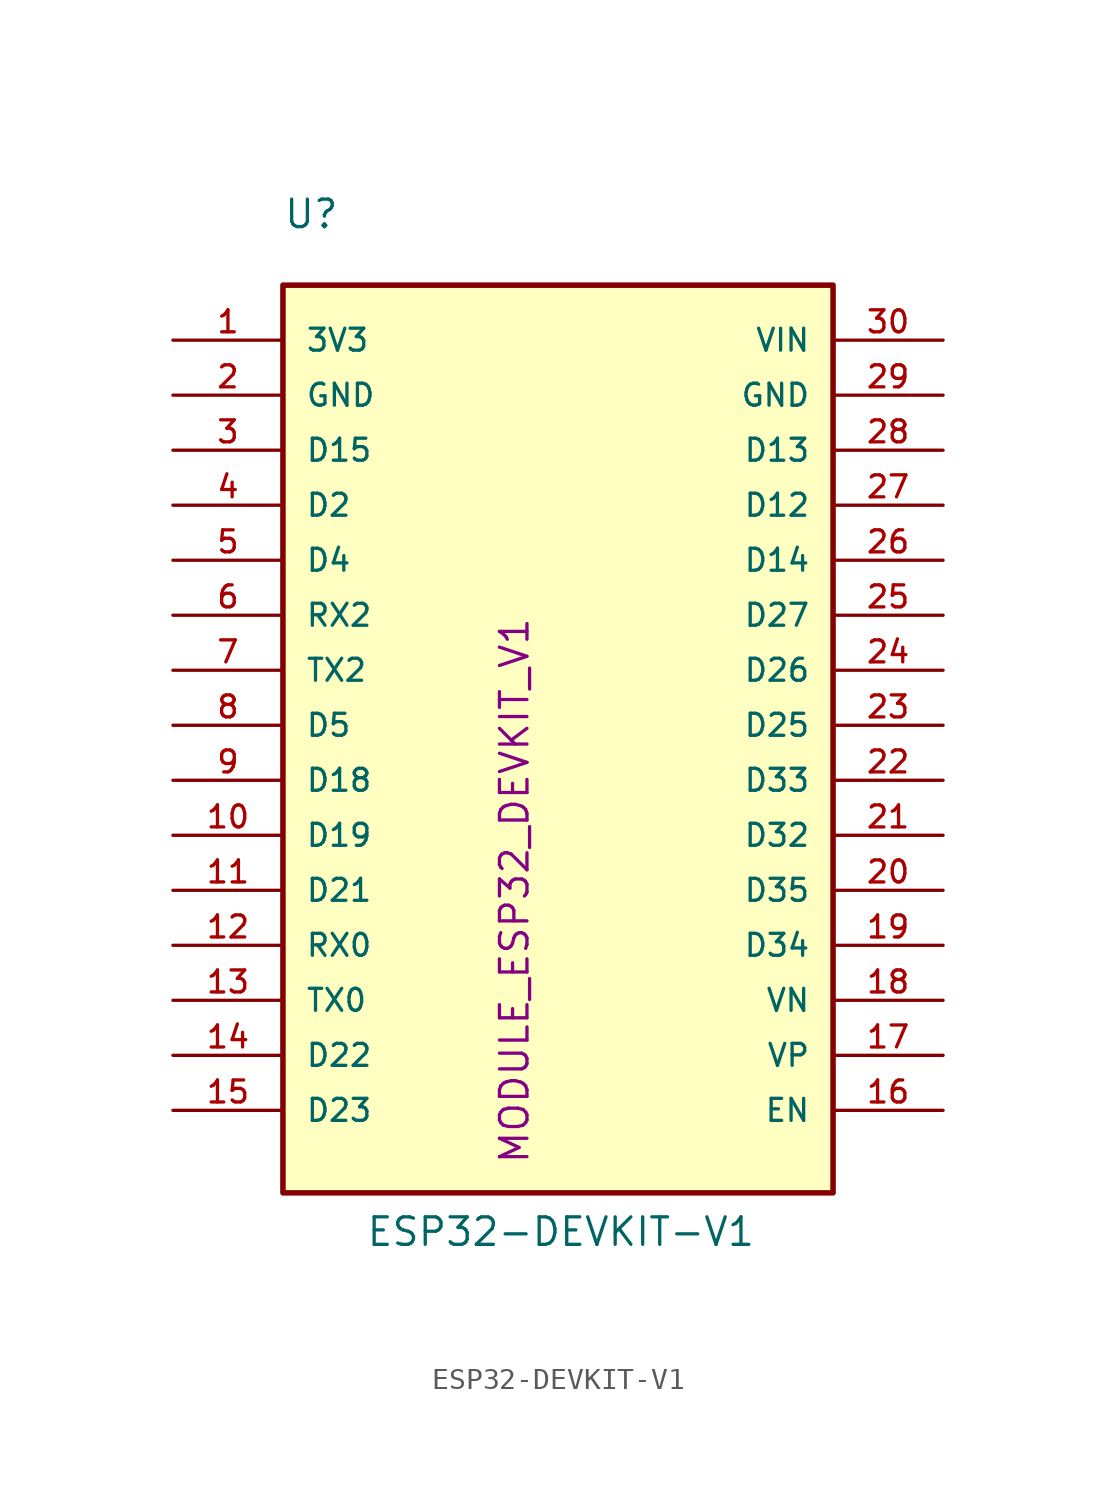
<source format=kicad_sym>
(kicad_symbol_lib
  (version 20211014)
  (generator kicad_symbol_editor)
  (symbol "ESP32-DEVKIT-V1"
    (pin_names
      (offset 1.016))
    (property "Reference" "U"
      (at -12.7 22.86 0)
      (effects (font (size 1.27 1.27)) (justify left bottom)))
    (property "Value" "ESP32-DEVKIT-V1"
      (at -8.89 -24.13 0)
      (effects (font (size 1.27 1.27)) (justify left bottom)))
    (property "Footprint" "MODULE_ESP32_DEVKIT_V1"
      (at -1.27 -20.32 90)
      (effects (font (size 1.27 1.27)) (justify left bottom)))
    (symbol "ESP32-DEVKIT-V1_0_0"
      (rectangle (start -12.7 20.32) (end 12.7 -21.59) (stroke (width 0.254) (type default) (color 0 0 0 0)) (fill (type background)))
      (pin output line (at -17.78 17.78 0) (length 5.08) (name "3V3" (effects (font (size 1.016 1.016)))) (number "1" (effects (font (size 1.016 1.016)))))
      (pin bidirectional line (at -17.78 -5.08 0) (length 5.08) (name "D19" (effects (font (size 1.016 1.016)))) (number "10" (effects (font (size 1.016 1.016)))))
      (pin bidirectional line (at -17.78 -7.62 0) (length 5.08) (name "D21" (effects (font (size 1.016 1.016)))) (number "11" (effects (font (size 1.016 1.016)))))
      (pin input line (at -17.78 -10.16 0) (length 5.08) (name "RX0" (effects (font (size 1.016 1.016)))) (number "12" (effects (font (size 1.016 1.016)))))
      (pin output line (at -17.78 -12.7 0) (length 5.08) (name "TX0" (effects (font (size 1.016 1.016)))) (number "13" (effects (font (size 1.016 1.016)))))
      (pin bidirectional line (at -17.78 -15.24 0) (length 5.08) (name "D22" (effects (font (size 1.016 1.016)))) (number "14" (effects (font (size 1.016 1.016)))))
      (pin bidirectional line (at -17.78 -17.78 0) (length 5.08) (name "D23" (effects (font (size 1.016 1.016)))) (number "15" (effects (font (size 1.016 1.016)))))
      (pin input line (at 17.78 -17.78 180) (length 5.08) (name "EN" (effects (font (size 1.016 1.016)))) (number "16" (effects (font (size 1.016 1.016)))))
      (pin bidirectional line (at 17.78 -15.24 180) (length 5.08) (name "VP" (effects (font (size 1.016 1.016)))) (number "17" (effects (font (size 1.016 1.016)))))
      (pin bidirectional line (at 17.78 -12.7 180) (length 5.08) (name "VN" (effects (font (size 1.016 1.016)))) (number "18" (effects (font (size 1.016 1.016)))))
      (pin bidirectional line (at 17.78 -10.16 180) (length 5.08) (name "D34" (effects (font (size 1.016 1.016)))) (number "19" (effects (font (size 1.016 1.016)))))
      (pin power_in line (at -17.78 15.24 0) (length 5.08) (name "GND" (effects (font (size 1.016 1.016)))) (number "2" (effects (font (size 1.016 1.016)))))
      (pin bidirectional line (at 17.78 -7.62 180) (length 5.08) (name "D35" (effects (font (size 1.016 1.016)))) (number "20" (effects (font (size 1.016 1.016)))))
      (pin bidirectional line (at 17.78 -5.08 180) (length 5.08) (name "D32" (effects (font (size 1.016 1.016)))) (number "21" (effects (font (size 1.016 1.016)))))
      (pin bidirectional line (at 17.78 -2.54 180) (length 5.08) (name "D33" (effects (font (size 1.016 1.016)))) (number "22" (effects (font (size 1.016 1.016)))))
      (pin bidirectional line (at 17.78 0 180) (length 5.08) (name "D25" (effects (font (size 1.016 1.016)))) (number "23" (effects (font (size 1.016 1.016)))))
      (pin bidirectional line (at 17.78 2.54 180) (length 5.08) (name "D26" (effects (font (size 1.016 1.016)))) (number "24" (effects (font (size 1.016 1.016)))))
      (pin bidirectional line (at 17.78 5.08 180) (length 5.08) (name "D27" (effects (font (size 1.016 1.016)))) (number "25" (effects (font (size 1.016 1.016)))))
      (pin bidirectional line (at 17.78 7.62 180) (length 5.08) (name "D14" (effects (font (size 1.016 1.016)))) (number "26" (effects (font (size 1.016 1.016)))))
      (pin bidirectional line (at 17.78 10.16 180) (length 5.08) (name "D12" (effects (font (size 1.016 1.016)))) (number "27" (effects (font (size 1.016 1.016)))))
      (pin bidirectional line (at 17.78 12.7 180) (length 5.08) (name "D13" (effects (font (size 1.016 1.016)))) (number "28" (effects (font (size 1.016 1.016)))))
      (pin power_in line (at 17.78 15.24 180) (length 5.08) (name "GND" (effects (font (size 1.016 1.016)))) (number "29" (effects (font (size 1.016 1.016)))))
      (pin bidirectional line (at -17.78 12.7 0) (length 5.08) (name "D15" (effects (font (size 1.016 1.016)))) (number "3" (effects (font (size 1.016 1.016)))))
      (pin input line (at 17.78 17.78 180) (length 5.08) (name "VIN" (effects (font (size 1.016 1.016)))) (number "30" (effects (font (size 1.016 1.016)))))
      (pin bidirectional line (at -17.78 10.16 0) (length 5.08) (name "D2" (effects (font (size 1.016 1.016)))) (number "4" (effects (font (size 1.016 1.016)))))
      (pin bidirectional line (at -17.78 7.62 0) (length 5.08) (name "D4" (effects (font (size 1.016 1.016)))) (number "5" (effects (font (size 1.016 1.016)))))
      (pin input line (at -17.78 5.08 0) (length 5.08) (name "RX2" (effects (font (size 1.016 1.016)))) (number "6" (effects (font (size 1.016 1.016)))))
      (pin output line (at -17.78 2.54 0) (length 5.08) (name "TX2" (effects (font (size 1.016 1.016)))) (number "7" (effects (font (size 1.016 1.016)))))
      (pin bidirectional line (at -17.78 0 0) (length 5.08) (name "D5" (effects (font (size 1.016 1.016)))) (number "8" (effects (font (size 1.016 1.016)))))
      (pin bidirectional line (at -17.78 -2.54 0) (length 5.08) (name "D18" (effects (font (size 1.016 1.016)))) (number "9" (effects (font (size 1.016 1.016))))))))
</source>
